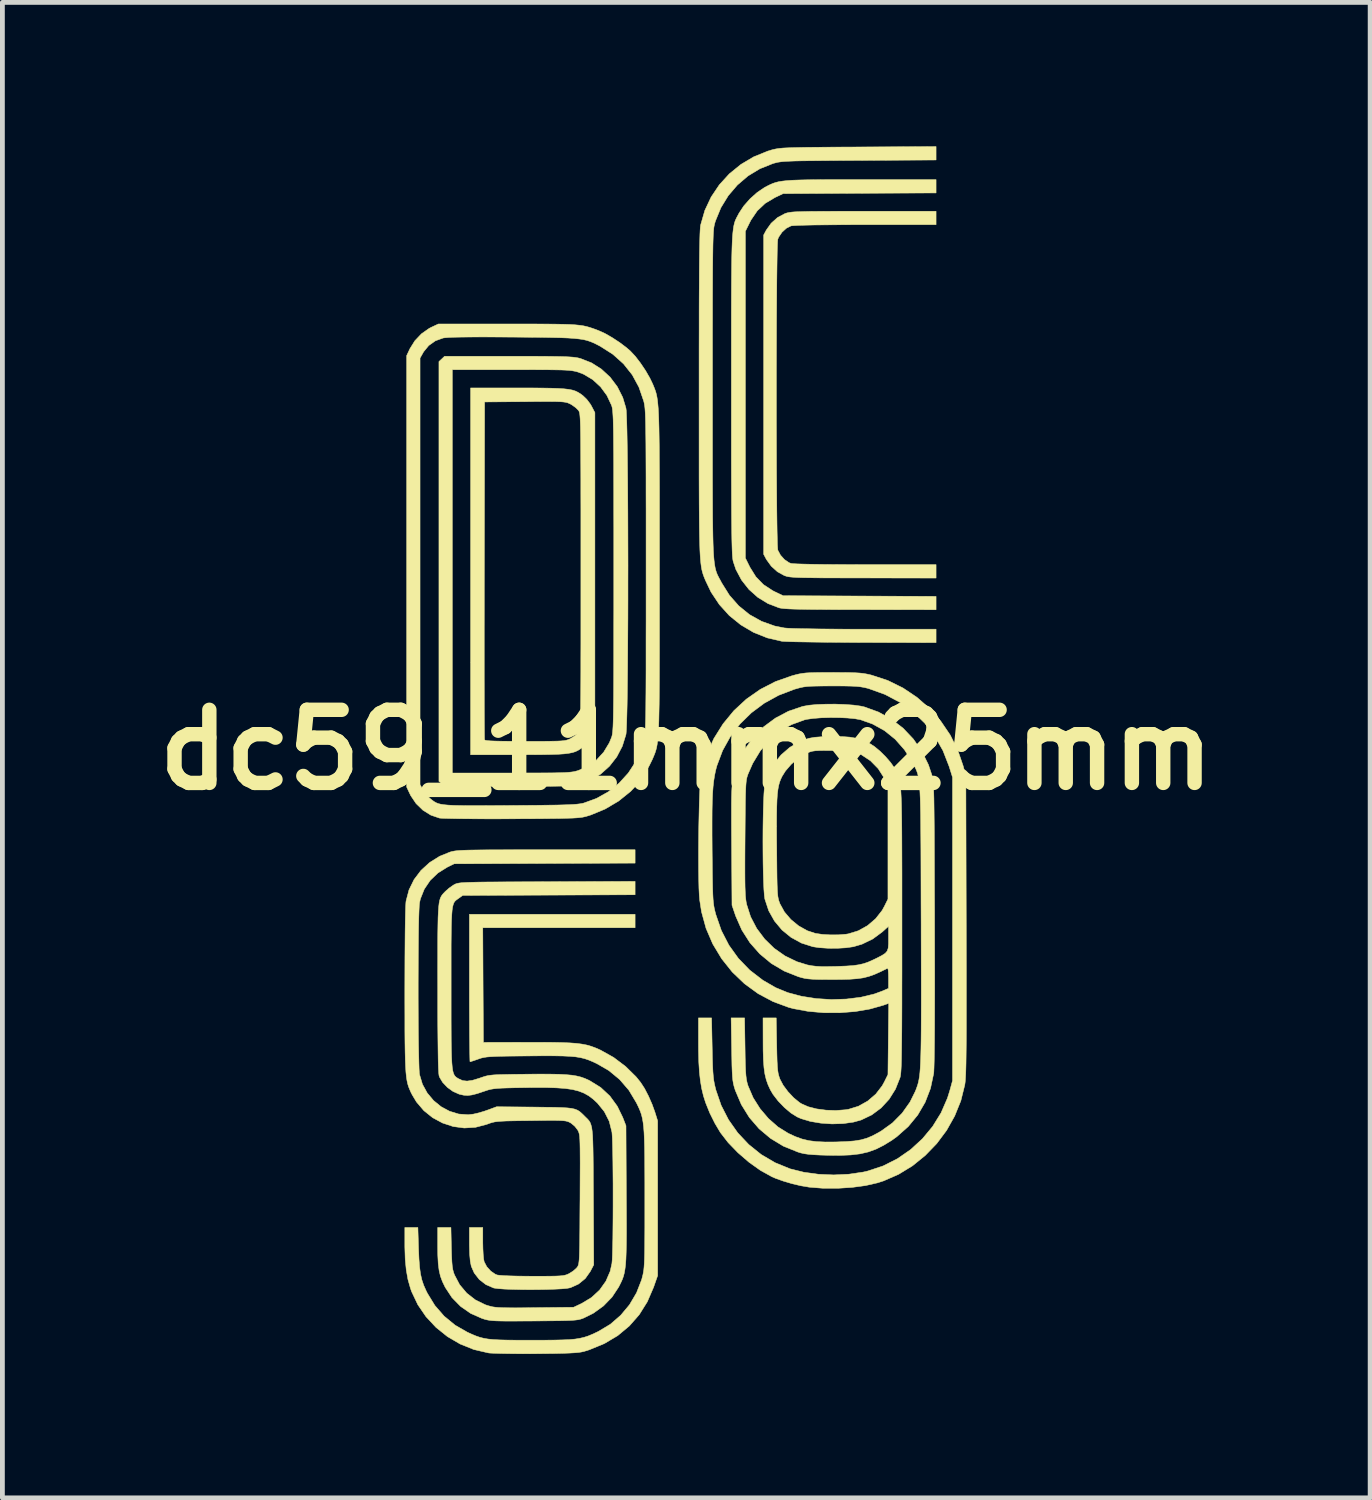
<source format=kicad_pcb>
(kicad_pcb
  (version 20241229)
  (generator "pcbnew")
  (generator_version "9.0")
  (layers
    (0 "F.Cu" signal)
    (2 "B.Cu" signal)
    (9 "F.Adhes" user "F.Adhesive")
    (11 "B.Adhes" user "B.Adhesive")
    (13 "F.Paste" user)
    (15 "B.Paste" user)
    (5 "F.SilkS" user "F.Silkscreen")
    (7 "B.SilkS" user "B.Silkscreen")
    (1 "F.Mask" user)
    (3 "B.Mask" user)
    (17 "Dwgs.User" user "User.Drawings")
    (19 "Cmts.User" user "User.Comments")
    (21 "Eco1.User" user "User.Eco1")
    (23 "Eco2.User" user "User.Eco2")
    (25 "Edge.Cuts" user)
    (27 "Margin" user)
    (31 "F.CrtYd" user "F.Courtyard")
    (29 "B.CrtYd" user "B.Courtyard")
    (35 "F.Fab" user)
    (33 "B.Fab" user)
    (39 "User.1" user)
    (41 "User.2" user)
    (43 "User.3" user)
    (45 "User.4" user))
  (footprint "dc59_11mmx25mm"
    (layer "F.Cu")
    (at 11.256 12.581)
    (property "Reference" "dc59_11mmx25mm" (at 0 0 0) (layer "F.SilkS") (effects (font (size 1.524 1.524) (thickness 0.3))))
    (attr through_hole)
    (fp_poly (pts (xy 5.207 -11.227) (xy 5.207 -10.947) (xy 3.74 -10.947) (xy 3.428 -10.947) (xy 3.142 -10.945) (xy 2.888 -10.943) (xy 2.667 -10.941) (xy 2.483 -10.937) (xy 2.34 -10.933) (xy 2.24 -10.928) (xy 2.187 -10.923) (xy 2.183 -10.922) (xy 2.087 -10.874) (xy 1.996 -10.791) (xy 1.928 -10.691) (xy 1.908 -10.645) (xy 1.904 -10.607) (xy 1.9 -10.521) (xy 1.896 -10.392) (xy 1.893 -10.224) (xy 1.89 -10.02) (xy 1.887 -9.785) (xy 1.885 -9.521) (xy 1.883 -9.232) (xy 1.881 -8.924) (xy 1.88 -8.598) (xy 1.879 -8.26) (xy 1.878 -7.912) (xy 1.878 -7.559) (xy 1.878 -7.204) (xy 1.878 -6.851) (xy 1.879 -6.504) (xy 1.88 -6.167) (xy 1.881 -5.844) (xy 1.883 -5.537) (xy 1.885 -5.252) (xy 1.887 -4.992) (xy 1.89 -4.76) (xy 1.893 -4.56) (xy 1.897 -4.397) (xy 1.9 -4.274) (xy 1.905 -4.194) (xy 1.908 -4.163) (xy 1.963 -4.06) (xy 2.046 -3.967) (xy 2.141 -3.902) (xy 2.183 -3.886) (xy 2.228 -3.881) (xy 2.32 -3.876) (xy 2.457 -3.872) (xy 2.634 -3.868) (xy 2.849 -3.865) (xy 3.099 -3.863) (xy 3.379 -3.862) (xy 3.688 -3.861) (xy 3.74 -3.861) (xy 5.207 -3.861) (xy 5.207 -3.581) (xy 3.689 -3.583) (xy 3.373 -3.583) (xy 3.102 -3.584) (xy 2.875 -3.584) (xy 2.686 -3.586) (xy 2.531 -3.588) (xy 2.406 -3.59) (xy 2.308 -3.593) (xy 2.231 -3.598) (xy 2.173 -3.603) (xy 2.128 -3.609) (xy 2.092 -3.617) (xy 2.062 -3.627) (xy 2.044 -3.633) (xy 1.902 -3.711) (xy 1.773 -3.827) (xy 1.673 -3.965) (xy 1.668 -3.973) (xy 1.613 -4.077) (xy 1.613 -10.732) (xy 1.668 -10.835) (xy 1.77 -10.978) (xy 1.902 -11.096) (xy 2.052 -11.176) (xy 2.082 -11.187) (xy 2.114 -11.196) (xy 2.152 -11.203) (xy 2.201 -11.21) (xy 2.264 -11.215) (xy 2.346 -11.218) (xy 2.451 -11.221) (xy 2.582 -11.224) (xy 2.745 -11.225) (xy 2.944 -11.226) (xy 3.181 -11.227) (xy 3.463 -11.227) (xy 3.697 -11.227) (xy 5.207 -11.227)) (stroke (width 0.01) (type solid)) (fill yes) (layer "F.SilkS"))
    (fp_poly (pts (xy 5.207 -11.609) (xy 3.613 -11.602) (xy 2.019 -11.595) (xy 1.849 -11.514) (xy 1.646 -11.393) (xy 1.48 -11.237) (xy 1.349 -11.045) (xy 1.327 -11.002) (xy 1.232 -10.81) (xy 1.232 -3.998) (xy 1.327 -3.806) (xy 1.451 -3.607) (xy 1.609 -3.444) (xy 1.805 -3.316) (xy 1.849 -3.294) (xy 2.019 -3.213) (xy 5.207 -3.199) (xy 5.207 -2.921) (xy 3.639 -2.923) (xy 3.304 -2.923) (xy 3.017 -2.924) (xy 2.774 -2.926) (xy 2.569 -2.927) (xy 2.401 -2.93) (xy 2.264 -2.933) (xy 2.155 -2.937) (xy 2.071 -2.942) (xy 2.007 -2.948) (xy 1.96 -2.955) (xy 1.933 -2.961) (xy 1.703 -3.049) (xy 1.491 -3.179) (xy 1.305 -3.345) (xy 1.151 -3.541) (xy 1.034 -3.761) (xy 0.979 -3.925) (xy 0.973 -3.952) (xy 0.968 -3.987) (xy 0.963 -4.035) (xy 0.959 -4.096) (xy 0.956 -4.174) (xy 0.953 -4.272) (xy 0.95 -4.391) (xy 0.948 -4.535) (xy 0.946 -4.706) (xy 0.944 -4.908) (xy 0.943 -5.141) (xy 0.942 -5.41) (xy 0.941 -5.716) (xy 0.94 -6.062) (xy 0.94 -6.451) (xy 0.94 -6.886) (xy 0.94 -7.368) (xy 0.94 -7.404) (xy 0.94 -7.894) (xy 0.94 -8.335) (xy 0.94 -8.732) (xy 0.94 -9.085) (xy 0.941 -9.398) (xy 0.942 -9.674) (xy 0.944 -9.916) (xy 0.946 -10.125) (xy 0.949 -10.306) (xy 0.953 -10.46) (xy 0.958 -10.589) (xy 0.964 -10.698) (xy 0.972 -10.788) (xy 0.981 -10.863) (xy 0.991 -10.924) (xy 1.003 -10.975) (xy 1.016 -11.019) (xy 1.032 -11.057) (xy 1.049 -11.093) (xy 1.069 -11.13) (xy 1.09 -11.169) (xy 1.099 -11.187) (xy 1.198 -11.337) (xy 1.33 -11.487) (xy 1.479 -11.62) (xy 1.63 -11.722) (xy 1.64 -11.728) (xy 1.7 -11.759) (xy 1.755 -11.786) (xy 1.809 -11.809) (xy 1.866 -11.828) (xy 1.932 -11.844) (xy 2.008 -11.856) (xy 2.102 -11.866) (xy 2.215 -11.874) (xy 2.352 -11.879) (xy 2.519 -11.883) (xy 2.718 -11.885) (xy 2.954 -11.887) (xy 3.232 -11.887) (xy 3.555 -11.887) (xy 5.207 -11.887) (xy 5.207 -11.609)) (stroke (width 0.01) (type solid)) (fill yes) (layer "F.SilkS"))
    (fp_poly (pts (xy -3.237 -7.544) (xy -3.01 -7.542) (xy -2.824 -7.539) (xy -2.672 -7.534) (xy -2.55 -7.526) (xy -2.453 -7.515) (xy -2.376 -7.5) (xy -2.313 -7.48) (xy -2.259 -7.454) (xy -2.208 -7.423) (xy -2.157 -7.385) (xy -2.155 -7.384) (xy -2.074 -7.306) (xy -1.999 -7.206) (xy -1.976 -7.166) (xy -1.905 -7.03) (xy -1.905 -0.412) (xy -1.976 -0.276) (xy -2.042 -0.176) (xy -2.123 -0.086) (xy -2.155 -0.058) (xy -2.207 -0.02) (xy -2.257 0.011) (xy -2.311 0.037) (xy -2.374 0.057) (xy -2.451 0.072) (xy -2.547 0.084) (xy -2.667 0.092) (xy -2.818 0.097) (xy -3.003 0.1) (xy -3.229 0.101) (xy -3.5 0.102) (xy -3.51 0.102) (xy -4.496 0.102) (xy -4.496 -2.168) (xy -4.212 -2.168) (xy -4.212 -1.822) (xy -4.212 -1.502) (xy -4.211 -1.211) (xy -4.211 -0.95) (xy -4.21 -0.725) (xy -4.209 -0.536) (xy -4.208 -0.387) (xy -4.207 -0.282) (xy -4.206 -0.222) (xy -4.205 -0.21) (xy -4.19 -0.2) (xy -4.15 -0.193) (xy -4.082 -0.187) (xy -3.98 -0.183) (xy -3.841 -0.18) (xy -3.661 -0.179) (xy -3.435 -0.178) (xy -3.359 -0.178) (xy -3.131 -0.178) (xy -2.948 -0.178) (xy -2.804 -0.18) (xy -2.693 -0.182) (xy -2.61 -0.186) (xy -2.548 -0.192) (xy -2.503 -0.2) (xy -2.467 -0.211) (xy -2.435 -0.224) (xy -2.414 -0.235) (xy -2.334 -0.285) (xy -2.267 -0.343) (xy -2.249 -0.364) (xy -2.242 -0.375) (xy -2.235 -0.387) (xy -2.229 -0.404) (xy -2.224 -0.428) (xy -2.219 -0.461) (xy -2.215 -0.507) (xy -2.211 -0.567) (xy -2.208 -0.645) (xy -2.205 -0.743) (xy -2.203 -0.864) (xy -2.202 -1.01) (xy -2.2 -1.184) (xy -2.199 -1.389) (xy -2.198 -1.627) (xy -2.198 -1.901) (xy -2.197 -2.214) (xy -2.197 -2.567) (xy -2.197 -2.965) (xy -2.197 -3.409) (xy -2.197 -3.721) (xy -2.197 -4.197) (xy -2.197 -4.624) (xy -2.197 -5.005) (xy -2.198 -5.344) (xy -2.198 -5.643) (xy -2.199 -5.904) (xy -2.2 -6.13) (xy -2.201 -6.323) (xy -2.202 -6.487) (xy -2.204 -6.624) (xy -2.206 -6.736) (xy -2.209 -6.827) (xy -2.212 -6.898) (xy -2.216 -6.953) (xy -2.22 -6.994) (xy -2.225 -7.024) (xy -2.231 -7.045) (xy -2.237 -7.06) (xy -2.244 -7.071) (xy -2.249 -7.078) (xy -2.305 -7.134) (xy -2.382 -7.189) (xy -2.414 -7.208) (xy -2.446 -7.223) (xy -2.478 -7.236) (xy -2.515 -7.245) (xy -2.563 -7.252) (xy -2.628 -7.257) (xy -2.716 -7.26) (xy -2.833 -7.261) (xy -2.985 -7.261) (xy -3.176 -7.26) (xy -3.365 -7.258) (xy -4.204 -7.252) (xy -4.21 -3.747) (xy -4.211 -3.328) (xy -4.211 -2.924) (xy -4.212 -2.536) (xy -4.212 -2.168) (xy -4.496 -2.168) (xy -4.496 -7.544) (xy -3.51 -7.544) (xy -3.237 -7.544)) (stroke (width 0.01) (type solid)) (fill yes) (layer "F.SilkS"))
    (fp_poly (pts (xy -3.409 -8.204) (xy -3.157 -8.204) (xy -2.948 -8.203) (xy -2.775 -8.201) (xy -2.635 -8.199) (xy -2.523 -8.196) (xy -2.434 -8.191) (xy -2.363 -8.186) (xy -2.307 -8.179) (xy -2.26 -8.171) (xy -2.219 -8.161) (xy -2.204 -8.157) (xy -1.977 -8.068) (xy -1.77 -7.937) (xy -1.588 -7.769) (xy -1.438 -7.57) (xy -1.325 -7.347) (xy -1.258 -7.125) (xy -1.251 -7.07) (xy -1.246 -6.968) (xy -1.241 -6.823) (xy -1.236 -6.639) (xy -1.232 -6.419) (xy -1.228 -6.168) (xy -1.225 -5.888) (xy -1.222 -5.585) (xy -1.22 -5.261) (xy -1.218 -4.921) (xy -1.217 -4.568) (xy -1.216 -4.206) (xy -1.215 -3.839) (xy -1.216 -3.471) (xy -1.216 -3.105) (xy -1.217 -2.746) (xy -1.219 -2.397) (xy -1.221 -2.063) (xy -1.223 -1.746) (xy -1.226 -1.45) (xy -1.229 -1.18) (xy -1.233 -0.94) (xy -1.238 -0.732) (xy -1.243 -0.562) (xy -1.248 -0.432) (xy -1.254 -0.347) (xy -1.258 -0.318) (xy -1.333 -0.076) (xy -1.449 0.146) (xy -1.602 0.342) (xy -1.786 0.507) (xy -1.995 0.635) (xy -2.204 0.715) (xy -2.245 0.725) (xy -2.29 0.734) (xy -2.342 0.742) (xy -2.407 0.747) (xy -2.489 0.752) (xy -2.593 0.756) (xy -2.723 0.758) (xy -2.884 0.76) (xy -3.08 0.761) (xy -3.316 0.762) (xy -3.598 0.762) (xy -3.698 0.762) (xy -3.991 0.762) (xy -4.238 0.762) (xy -4.442 0.761) (xy -4.609 0.76) (xy -4.741 0.758) (xy -4.845 0.756) (xy -4.923 0.752) (xy -4.98 0.747) (xy -5.02 0.741) (xy -5.048 0.733) (xy -5.069 0.724) (xy -5.085 0.713) (xy -5.089 0.709) (xy -5.156 0.657) (xy -5.156 -3.719) (xy -5.156 -7.925) (xy -4.877 -7.925) (xy -4.877 0.483) (xy -3.648 0.483) (xy -3.364 0.482) (xy -3.126 0.482) (xy -2.93 0.481) (xy -2.77 0.48) (xy -2.642 0.477) (xy -2.54 0.474) (xy -2.46 0.469) (xy -2.398 0.463) (xy -2.348 0.456) (xy -2.305 0.446) (xy -2.265 0.435) (xy -2.255 0.432) (xy -2.054 0.344) (xy -1.874 0.214) (xy -1.722 0.048) (xy -1.604 -0.147) (xy -1.558 -0.26) (xy -1.551 -0.281) (xy -1.545 -0.306) (xy -1.54 -0.336) (xy -1.535 -0.376) (xy -1.531 -0.426) (xy -1.527 -0.491) (xy -1.524 -0.573) (xy -1.521 -0.674) (xy -1.519 -0.797) (xy -1.517 -0.945) (xy -1.515 -1.12) (xy -1.514 -1.325) (xy -1.513 -1.563) (xy -1.512 -1.837) (xy -1.512 -2.148) (xy -1.512 -2.5) (xy -1.511 -2.896) (xy -1.511 -3.337) (xy -1.511 -3.721) (xy -1.511 -4.201) (xy -1.511 -4.633) (xy -1.512 -5.019) (xy -1.512 -5.362) (xy -1.513 -5.666) (xy -1.513 -5.931) (xy -1.514 -6.162) (xy -1.516 -6.361) (xy -1.517 -6.53) (xy -1.519 -6.673) (xy -1.522 -6.791) (xy -1.524 -6.888) (xy -1.528 -6.966) (xy -1.532 -7.027) (xy -1.536 -7.076) (xy -1.541 -7.113) (xy -1.546 -7.142) (xy -1.553 -7.166) (xy -1.558 -7.182) (xy -1.654 -7.386) (xy -1.787 -7.567) (xy -1.95 -7.717) (xy -2.137 -7.829) (xy -2.254 -7.874) (xy -2.294 -7.886) (xy -2.336 -7.895) (xy -2.383 -7.903) (xy -2.442 -7.91) (xy -2.516 -7.915) (xy -2.611 -7.919) (xy -2.732 -7.921) (xy -2.882 -7.923) (xy -3.068 -7.924) (xy -3.294 -7.925) (xy -3.564 -7.925) (xy -3.648 -7.925) (xy -4.877 -7.925) (xy -5.156 -7.925) (xy -5.156 -8.094) (xy -5.097 -8.149) (xy -5.039 -8.204) (xy -3.706 -8.204) (xy -3.409 -8.204)) (stroke (width 0.01) (type solid)) (fill yes) (layer "F.SilkS"))
    (fp_poly (pts (xy 5.207 -12.296) (xy 3.6 -12.287) (xy 3.275 -12.286) (xy 2.996 -12.284) (xy 2.76 -12.282) (xy 2.562 -12.28) (xy 2.398 -12.278) (xy 2.265 -12.275) (xy 2.157 -12.271) (xy 2.071 -12.267) (xy 2.003 -12.262) (xy 1.949 -12.255) (xy 1.904 -12.248) (xy 1.865 -12.238) (xy 1.826 -12.228) (xy 1.803 -12.221) (xy 1.533 -12.113) (xy 1.286 -11.963) (xy 1.065 -11.774) (xy 0.876 -11.553) (xy 0.722 -11.302) (xy 0.609 -11.027) (xy 0.592 -10.971) (xy 0.586 -10.945) (xy 0.58 -10.917) (xy 0.574 -10.882) (xy 0.57 -10.839) (xy 0.566 -10.784) (xy 0.562 -10.715) (xy 0.559 -10.63) (xy 0.556 -10.525) (xy 0.554 -10.398) (xy 0.552 -10.247) (xy 0.55 -10.068) (xy 0.549 -9.86) (xy 0.548 -9.619) (xy 0.547 -9.343) (xy 0.547 -9.028) (xy 0.546 -8.674) (xy 0.546 -8.276) (xy 0.546 -7.832) (xy 0.546 -7.404) (xy 0.546 -6.909) (xy 0.546 -6.462) (xy 0.546 -6.061) (xy 0.546 -5.702) (xy 0.547 -5.383) (xy 0.548 -5.102) (xy 0.549 -4.855) (xy 0.552 -4.641) (xy 0.555 -4.455) (xy 0.559 -4.296) (xy 0.564 -4.161) (xy 0.571 -4.047) (xy 0.579 -3.952) (xy 0.589 -3.872) (xy 0.6 -3.806) (xy 0.613 -3.75) (xy 0.628 -3.702) (xy 0.645 -3.658) (xy 0.665 -3.617) (xy 0.686 -3.576) (xy 0.711 -3.532) (xy 0.737 -3.482) (xy 0.74 -3.477) (xy 0.9 -3.221) (xy 1.094 -3.001) (xy 1.318 -2.819) (xy 1.569 -2.679) (xy 1.844 -2.581) (xy 2.045 -2.541) (xy 2.105 -2.536) (xy 2.212 -2.531) (xy 2.36 -2.527) (xy 2.545 -2.524) (xy 2.763 -2.52) (xy 3.008 -2.518) (xy 3.276 -2.516) (xy 3.563 -2.515) (xy 3.715 -2.515) (xy 5.207 -2.515) (xy 5.207 -2.235) (xy 3.677 -2.238) (xy 3.398 -2.239) (xy 3.13 -2.241) (xy 2.879 -2.243) (xy 2.649 -2.246) (xy 2.445 -2.249) (xy 2.272 -2.252) (xy 2.136 -2.256) (xy 2.041 -2.26) (xy 1.995 -2.263) (xy 1.691 -2.333) (xy 1.403 -2.448) (xy 1.137 -2.605) (xy 0.897 -2.799) (xy 0.689 -3.029) (xy 0.516 -3.289) (xy 0.4 -3.532) (xy 0.381 -3.578) (xy 0.364 -3.621) (xy 0.349 -3.664) (xy 0.336 -3.708) (xy 0.324 -3.757) (xy 0.314 -3.813) (xy 0.305 -3.88) (xy 0.297 -3.959) (xy 0.29 -4.054) (xy 0.284 -4.167) (xy 0.28 -4.301) (xy 0.276 -4.459) (xy 0.273 -4.643) (xy 0.271 -4.856) (xy 0.269 -5.101) (xy 0.268 -5.38) (xy 0.267 -5.696) (xy 0.267 -6.053) (xy 0.267 -6.452) (xy 0.267 -6.896) (xy 0.267 -7.389) (xy 0.267 -7.404) (xy 0.267 -7.906) (xy 0.267 -8.36) (xy 0.268 -8.768) (xy 0.268 -9.132) (xy 0.269 -9.455) (xy 0.271 -9.739) (xy 0.272 -9.986) (xy 0.274 -10.199) (xy 0.276 -10.38) (xy 0.279 -10.532) (xy 0.282 -10.657) (xy 0.285 -10.757) (xy 0.289 -10.835) (xy 0.293 -10.893) (xy 0.298 -10.934) (xy 0.301 -10.947) (xy 0.387 -11.245) (xy 0.518 -11.524) (xy 0.689 -11.779) (xy 0.897 -12.007) (xy 1.138 -12.203) (xy 1.406 -12.362) (xy 1.699 -12.481) (xy 1.774 -12.504) (xy 1.815 -12.515) (xy 1.856 -12.524) (xy 1.901 -12.532) (xy 1.954 -12.539) (xy 2.019 -12.545) (xy 2.1 -12.549) (xy 2.203 -12.553) (xy 2.329 -12.556) (xy 2.485 -12.559) (xy 2.674 -12.561) (xy 2.9 -12.563) (xy 3.167 -12.565) (xy 3.479 -12.566) (xy 3.588 -12.567) (xy 5.207 -12.576) (xy 5.207 -12.296)) (stroke (width 0.01) (type solid)) (fill yes) (layer "F.SilkS"))
    (fp_poly (pts (xy -1.067 3.708) (xy -4.242 3.708) (xy -4.236 4.903) (xy -4.229 6.098) (xy -3.297 6.097) (xy -3.018 6.097) (xy -2.783 6.098) (xy -2.587 6.102) (xy -2.424 6.109) (xy -2.289 6.119) (xy -2.175 6.134) (xy -2.076 6.153) (xy -1.988 6.178) (xy -1.902 6.209) (xy -1.815 6.247) (xy -1.786 6.26) (xy -1.514 6.412) (xy -1.264 6.601) (xy -1.045 6.817) (xy -0.951 6.934) (xy -0.87 7.059) (xy -0.788 7.217) (xy -0.713 7.388) (xy -0.656 7.545) (xy -0.597 7.734) (xy -0.597 10.96) (xy -0.681 11.201) (xy -0.812 11.505) (xy -0.981 11.775) (xy -1.187 12.01) (xy -1.43 12.212) (xy -1.708 12.377) (xy -2.021 12.506) (xy -2.133 12.541) (xy -2.183 12.552) (xy -2.246 12.562) (xy -2.328 12.569) (xy -2.435 12.575) (xy -2.573 12.58) (xy -2.746 12.584) (xy -2.962 12.586) (xy -3.124 12.588) (xy -3.335 12.589) (xy -3.536 12.588) (xy -3.72 12.586) (xy -3.879 12.583) (xy -4.007 12.579) (xy -4.095 12.575) (xy -4.127 12.571) (xy -4.429 12.501) (xy -4.714 12.386) (xy -4.979 12.231) (xy -5.217 12.04) (xy -5.425 11.817) (xy -5.596 11.567) (xy -5.726 11.293) (xy -5.75 11.224) (xy -5.802 11.041) (xy -5.837 10.844) (xy -5.859 10.62) (xy -5.867 10.36) (xy -5.867 10.298) (xy -5.867 9.957) (xy -5.595 9.957) (xy -5.581 10.408) (xy -5.572 10.617) (xy -5.559 10.785) (xy -5.54 10.925) (xy -5.513 11.046) (xy -5.475 11.159) (xy -5.424 11.274) (xy -5.397 11.328) (xy -5.241 11.583) (xy -5.047 11.806) (xy -4.818 11.994) (xy -4.56 12.142) (xy -4.559 12.142) (xy -4.467 12.184) (xy -4.385 12.218) (xy -4.307 12.245) (xy -4.225 12.266) (xy -4.134 12.282) (xy -4.026 12.293) (xy -3.896 12.3) (xy -3.736 12.304) (xy -3.54 12.306) (xy -3.302 12.306) (xy -3.226 12.306) (xy -2.969 12.306) (xy -2.756 12.304) (xy -2.581 12.3) (xy -2.437 12.294) (xy -2.318 12.283) (xy -2.218 12.267) (xy -2.129 12.246) (xy -2.045 12.219) (xy -1.961 12.184) (xy -1.868 12.141) (xy -1.829 12.122) (xy -1.584 11.975) (xy -1.368 11.788) (xy -1.184 11.568) (xy -1.037 11.319) (xy -0.931 11.047) (xy -0.914 10.982) (xy -0.903 10.938) (xy -0.894 10.892) (xy -0.886 10.841) (xy -0.88 10.78) (xy -0.875 10.704) (xy -0.871 10.609) (xy -0.868 10.491) (xy -0.866 10.345) (xy -0.865 10.166) (xy -0.864 9.951) (xy -0.864 9.694) (xy -0.864 9.391) (xy -0.864 9.349) (xy -0.864 9.02) (xy -0.865 8.737) (xy -0.866 8.496) (xy -0.869 8.292) (xy -0.874 8.121) (xy -0.88 7.979) (xy -0.889 7.861) (xy -0.901 7.762) (xy -0.916 7.678) (xy -0.934 7.605) (xy -0.957 7.538) (xy -0.984 7.473) (xy -1.016 7.405) (xy -1.041 7.355) (xy -1.196 7.096) (xy -1.388 6.873) (xy -1.615 6.685) (xy -1.866 6.54) (xy -1.956 6.498) (xy -2.039 6.464) (xy -2.122 6.436) (xy -2.21 6.415) (xy -2.309 6.399) (xy -2.426 6.389) (xy -2.568 6.382) (xy -2.739 6.379) (xy -2.947 6.378) (xy -3.197 6.38) (xy -3.288 6.381) (xy -3.526 6.383) (xy -3.719 6.385) (xy -3.872 6.388) (xy -3.993 6.392) (xy -4.087 6.397) (xy -4.159 6.403) (xy -4.215 6.412) (xy -4.263 6.422) (xy -4.306 6.435) (xy -4.336 6.446) (xy -4.419 6.475) (xy -4.48 6.495) (xy -4.508 6.502) (xy -4.51 6.478) (xy -4.512 6.407) (xy -4.514 6.293) (xy -4.516 6.143) (xy -4.518 5.958) (xy -4.519 5.745) (xy -4.52 5.508) (xy -4.521 5.25) (xy -4.521 4.976) (xy -4.521 3.429) (xy -1.067 3.429) (xy -1.067 3.708)) (stroke (width 0.01) (type solid)) (fill yes) (layer "F.SilkS"))
    (fp_poly (pts (xy -1.067 2.222) (xy -1.067 2.361) (xy -2.953 2.368) (xy -4.839 2.375) (xy -4.983 2.446) (xy -5.177 2.567) (xy -5.338 2.721) (xy -5.461 2.903) (xy -5.542 3.105) (xy -5.56 3.186) (xy -5.566 3.244) (xy -5.571 3.347) (xy -5.576 3.49) (xy -5.58 3.667) (xy -5.583 3.874) (xy -5.585 4.104) (xy -5.587 4.352) (xy -5.588 4.614) (xy -5.589 4.882) (xy -5.589 5.153) (xy -5.588 5.42) (xy -5.587 5.678) (xy -5.585 5.922) (xy -5.582 6.146) (xy -5.578 6.344) (xy -5.574 6.512) (xy -5.57 6.644) (xy -5.565 6.735) (xy -5.56 6.771) (xy -5.5 6.971) (xy -5.401 7.152) (xy -5.269 7.31) (xy -5.111 7.439) (xy -4.934 7.534) (xy -4.743 7.592) (xy -4.547 7.606) (xy -4.44 7.594) (xy -4.335 7.57) (xy -4.213 7.534) (xy -4.124 7.503) (xy -3.954 7.44) (xy -3.165 7.447) (xy -2.933 7.45) (xy -2.745 7.452) (xy -2.597 7.457) (xy -2.481 7.464) (xy -2.392 7.474) (xy -2.323 7.49) (xy -2.269 7.511) (xy -2.224 7.539) (xy -2.181 7.576) (xy -2.134 7.621) (xy -2.122 7.634) (xy -2.085 7.67) (xy -2.053 7.702) (xy -2.026 7.734) (xy -2.004 7.77) (xy -1.987 7.815) (xy -1.972 7.871) (xy -1.962 7.945) (xy -1.953 8.039) (xy -1.948 8.159) (xy -1.944 8.307) (xy -1.941 8.49) (xy -1.939 8.71) (xy -1.938 8.972) (xy -1.936 9.28) (xy -1.936 9.311) (xy -1.929 10.735) (xy -2.001 10.873) (xy -2.106 11.021) (xy -2.247 11.136) (xy -2.415 11.212) (xy -2.419 11.213) (xy -2.487 11.226) (xy -2.598 11.236) (xy -2.741 11.243) (xy -2.909 11.249) (xy -3.091 11.252) (xy -3.279 11.253) (xy -3.465 11.251) (xy -3.639 11.247) (xy -3.791 11.241) (xy -3.915 11.232) (xy -3.999 11.221) (xy -4.015 11.218) (xy -4.175 11.149) (xy -4.314 11.042) (xy -4.421 10.904) (xy -4.482 10.765) (xy -4.503 10.66) (xy -4.516 10.514) (xy -4.521 10.322) (xy -4.521 10.295) (xy -4.521 9.957) (xy -4.242 9.957) (xy -4.242 10.271) (xy -4.239 10.4) (xy -4.233 10.52) (xy -4.224 10.615) (xy -4.213 10.671) (xy -4.159 10.774) (xy -4.076 10.866) (xy -3.98 10.932) (xy -3.938 10.948) (xy -3.888 10.954) (xy -3.796 10.961) (xy -3.669 10.966) (xy -3.515 10.97) (xy -3.342 10.972) (xy -3.199 10.973) (xy -3 10.973) (xy -2.845 10.972) (xy -2.727 10.97) (xy -2.639 10.966) (xy -2.575 10.96) (xy -2.527 10.951) (xy -2.488 10.939) (xy -2.453 10.923) (xy -2.439 10.916) (xy -2.36 10.866) (xy -2.293 10.808) (xy -2.275 10.787) (xy -2.263 10.77) (xy -2.254 10.75) (xy -2.245 10.723) (xy -2.239 10.684) (xy -2.233 10.63) (xy -2.229 10.557) (xy -2.226 10.459) (xy -2.223 10.332) (xy -2.221 10.173) (xy -2.219 9.978) (xy -2.218 9.741) (xy -2.216 9.459) (xy -2.215 9.369) (xy -2.214 9.073) (xy -2.213 8.824) (xy -2.212 8.617) (xy -2.213 8.448) (xy -2.214 8.312) (xy -2.216 8.206) (xy -2.219 8.124) (xy -2.223 8.063) (xy -2.229 8.018) (xy -2.237 7.985) (xy -2.246 7.96) (xy -2.257 7.937) (xy -2.263 7.926) (xy -2.322 7.849) (xy -2.399 7.784) (xy -2.414 7.775) (xy -2.444 7.759) (xy -2.475 7.747) (xy -2.514 7.737) (xy -2.565 7.731) (xy -2.637 7.727) (xy -2.734 7.725) (xy -2.864 7.725) (xy -3.032 7.726) (xy -3.243 7.729) (xy -3.455 7.731) (xy -3.623 7.734) (xy -3.754 7.737) (xy -3.855 7.742) (xy -3.933 7.748) (xy -3.994 7.756) (xy -4.046 7.768) (xy -4.095 7.783) (xy -4.149 7.803) (xy -4.166 7.809) (xy -4.395 7.869) (xy -4.628 7.883) (xy -4.859 7.852) (xy -5.081 7.779) (xy -5.287 7.668) (xy -5.471 7.52) (xy -5.625 7.339) (xy -5.714 7.19) (xy -5.743 7.133) (xy -5.767 7.078) (xy -5.789 7.023) (xy -5.807 6.964) (xy -5.822 6.896) (xy -5.834 6.816) (xy -5.844 6.719) (xy -5.851 6.602) (xy -5.857 6.461) (xy -5.861 6.292) (xy -5.864 6.09) (xy -5.866 5.852) (xy -5.866 5.574) (xy -5.867 5.251) (xy -5.867 5.004) (xy -5.866 4.664) (xy -5.865 4.35) (xy -5.863 4.065) (xy -5.861 3.811) (xy -5.858 3.593) (xy -5.854 3.414) (xy -5.85 3.277) (xy -5.845 3.185) (xy -5.841 3.15) (xy -5.78 2.919) (xy -5.675 2.705) (xy -5.53 2.513) (xy -5.35 2.349) (xy -5.141 2.218) (xy -4.931 2.133) (xy -4.899 2.123) (xy -4.864 2.115) (xy -4.825 2.108) (xy -4.775 2.102) (xy -4.713 2.097) (xy -4.634 2.093) (xy -4.534 2.09) (xy -4.411 2.088) (xy -4.259 2.086) (xy -4.075 2.084) (xy -3.856 2.084) (xy -3.597 2.083) (xy -3.296 2.083) (xy -2.948 2.083) (xy -1.067 2.083) (xy -1.067 2.222)) (stroke (width 0.01) (type solid)) (fill yes) (layer "F.SilkS"))
    (fp_poly (pts (xy -3.405 -8.877) (xy -3.136 -8.877) (xy -2.908 -8.876) (xy -2.717 -8.874) (xy -2.558 -8.871) (xy -2.426 -8.867) (xy -2.317 -8.86) (xy -2.227 -8.851) (xy -2.15 -8.84) (xy -2.081 -8.825) (xy -2.017 -8.807) (xy -1.953 -8.786) (xy -1.883 -8.761) (xy -1.824 -8.738) (xy -1.694 -8.679) (xy -1.544 -8.593) (xy -1.39 -8.492) (xy -1.248 -8.385) (xy -1.165 -8.313) (xy -1.063 -8.204) (xy -0.955 -8.063) (xy -0.85 -7.907) (xy -0.76 -7.751) (xy -0.703 -7.633) (xy -0.683 -7.585) (xy -0.665 -7.541) (xy -0.649 -7.498) (xy -0.634 -7.453) (xy -0.621 -7.403) (xy -0.61 -7.347) (xy -0.6 -7.281) (xy -0.592 -7.202) (xy -0.584 -7.108) (xy -0.578 -6.996) (xy -0.573 -6.863) (xy -0.569 -6.707) (xy -0.566 -6.525) (xy -0.563 -6.314) (xy -0.562 -6.072) (xy -0.56 -5.796) (xy -0.559 -5.483) (xy -0.559 -5.13) (xy -0.559 -4.735) (xy -0.559 -4.295) (xy -0.559 -3.807) (xy -0.559 -3.721) (xy -0.559 -3.225) (xy -0.559 -2.778) (xy -0.559 -2.375) (xy -0.559 -2.016) (xy -0.56 -1.696) (xy -0.561 -1.414) (xy -0.563 -1.166) (xy -0.565 -0.95) (xy -0.569 -0.764) (xy -0.572 -0.604) (xy -0.577 -0.467) (xy -0.583 -0.352) (xy -0.59 -0.255) (xy -0.599 -0.174) (xy -0.608 -0.106) (xy -0.619 -0.048) (xy -0.632 0.003) (xy -0.646 0.048) (xy -0.662 0.091) (xy -0.68 0.135) (xy -0.7 0.182) (xy -0.703 0.19) (xy -0.772 0.331) (xy -0.863 0.484) (xy -0.966 0.636) (xy -1.071 0.771) (xy -1.16 0.866) (xy -1.411 1.068) (xy -1.692 1.234) (xy -1.989 1.357) (xy -2.083 1.386) (xy -2.123 1.396) (xy -2.167 1.405) (xy -2.22 1.412) (xy -2.287 1.418) (xy -2.371 1.423) (xy -2.478 1.426) (xy -2.611 1.43) (xy -2.776 1.432) (xy -2.976 1.434) (xy -3.215 1.436) (xy -3.5 1.437) (xy -3.645 1.438) (xy -3.91 1.439) (xy -4.163 1.439) (xy -4.397 1.438) (xy -4.609 1.436) (xy -4.794 1.434) (xy -4.945 1.431) (xy -5.059 1.428) (xy -5.129 1.424) (xy -5.147 1.422) (xy -5.325 1.361) (xy -5.49 1.258) (xy -5.633 1.119) (xy -5.744 0.954) (xy -5.761 0.919) (xy -5.829 0.775) (xy -5.829 -8.166) (xy -5.55 -8.166) (xy -5.55 0.724) (xy -5.486 0.836) (xy -5.427 0.921) (xy -5.355 1.001) (xy -5.331 1.022) (xy -5.292 1.053) (xy -5.256 1.079) (xy -5.218 1.101) (xy -5.174 1.119) (xy -5.12 1.133) (xy -5.051 1.144) (xy -4.964 1.152) (xy -4.853 1.158) (xy -4.714 1.161) (xy -4.543 1.163) (xy -4.337 1.163) (xy -4.089 1.162) (xy -3.797 1.161) (xy -3.67 1.16) (xy -3.364 1.158) (xy -3.105 1.156) (xy -2.888 1.153) (xy -2.708 1.151) (xy -2.561 1.147) (xy -2.443 1.143) (xy -2.349 1.138) (xy -2.275 1.132) (xy -2.217 1.125) (xy -2.17 1.117) (xy -2.136 1.109) (xy -1.87 1.012) (xy -1.623 0.873) (xy -1.401 0.694) (xy -1.209 0.483) (xy -1.051 0.243) (xy -0.933 -0.02) (xy -0.889 -0.167) (xy -0.881 -0.196) (xy -0.875 -0.227) (xy -0.869 -0.261) (xy -0.864 -0.303) (xy -0.859 -0.353) (xy -0.855 -0.416) (xy -0.852 -0.493) (xy -0.849 -0.587) (xy -0.846 -0.702) (xy -0.844 -0.84) (xy -0.843 -1.003) (xy -0.841 -1.195) (xy -0.84 -1.417) (xy -0.839 -1.673) (xy -0.839 -1.966) (xy -0.839 -2.297) (xy -0.838 -2.67) (xy -0.838 -3.088) (xy -0.838 -3.553) (xy -0.838 -3.721) (xy -0.838 -4.203) (xy -0.838 -4.636) (xy -0.838 -5.024) (xy -0.839 -5.369) (xy -0.839 -5.675) (xy -0.84 -5.943) (xy -0.841 -6.176) (xy -0.842 -6.378) (xy -0.844 -6.55) (xy -0.846 -6.696) (xy -0.848 -6.818) (xy -0.851 -6.92) (xy -0.854 -7.002) (xy -0.858 -7.07) (xy -0.862 -7.124) (xy -0.867 -7.168) (xy -0.873 -7.204) (xy -0.879 -7.236) (xy -0.886 -7.265) (xy -0.889 -7.275) (xy -0.987 -7.56) (xy -1.127 -7.818) (xy -1.309 -8.047) (xy -1.531 -8.246) (xy -1.79 -8.411) (xy -1.803 -8.418) (xy -1.874 -8.455) (xy -1.939 -8.486) (xy -2.002 -8.512) (xy -2.069 -8.534) (xy -2.143 -8.552) (xy -2.231 -8.565) (xy -2.336 -8.576) (xy -2.463 -8.585) (xy -2.617 -8.591) (xy -2.803 -8.595) (xy -3.025 -8.599) (xy -3.288 -8.601) (xy -3.597 -8.604) (xy -3.614 -8.604) (xy -3.953 -8.606) (xy -4.244 -8.607) (xy -4.488 -8.606) (xy -4.688 -8.604) (xy -4.845 -8.601) (xy -4.961 -8.596) (xy -5.04 -8.589) (xy -5.069 -8.585) (xy -5.229 -8.527) (xy -5.369 -8.428) (xy -5.477 -8.296) (xy -5.486 -8.279) (xy -5.55 -8.166) (xy -5.829 -8.166) (xy -5.829 -8.217) (xy -5.761 -8.362) (xy -5.659 -8.526) (xy -5.52 -8.673) (xy -5.359 -8.786) (xy -5.314 -8.809) (xy -5.169 -8.877) (xy -3.721 -8.877) (xy -3.405 -8.877)) (stroke (width 0.01) (type solid)) (fill yes) (layer "F.SilkS"))
    (fp_poly (pts (xy -1.067 3.021) (xy -4.661 3.035) (xy -4.744 3.094) (xy -4.775 3.116) (xy -4.801 3.136) (xy -4.824 3.158) (xy -4.843 3.186) (xy -4.858 3.224) (xy -4.871 3.275) (xy -4.881 3.343) (xy -4.888 3.432) (xy -4.894 3.545) (xy -4.898 3.687) (xy -4.9 3.861) (xy -4.902 4.07) (xy -4.902 4.319) (xy -4.902 4.612) (xy -4.902 4.951) (xy -4.902 4.965) (xy -4.902 5.31) (xy -4.902 5.608) (xy -4.901 5.863) (xy -4.9 6.077) (xy -4.897 6.256) (xy -4.893 6.402) (xy -4.887 6.519) (xy -4.879 6.611) (xy -4.869 6.682) (xy -4.856 6.734) (xy -4.84 6.773) (xy -4.821 6.801) (xy -4.799 6.823) (xy -4.772 6.841) (xy -4.745 6.857) (xy -4.662 6.895) (xy -4.569 6.905) (xy -4.457 6.889) (xy -4.315 6.846) (xy -4.295 6.839) (xy -4.24 6.82) (xy -4.19 6.804) (xy -4.14 6.792) (xy -4.083 6.783) (xy -4.012 6.776) (xy -3.92 6.771) (xy -3.8 6.768) (xy -3.648 6.765) (xy -3.454 6.763) (xy -3.317 6.761) (xy -3.055 6.759) (xy -2.837 6.76) (xy -2.657 6.763) (xy -2.509 6.771) (xy -2.387 6.782) (xy -2.285 6.799) (xy -2.196 6.821) (xy -2.114 6.85) (xy -2.034 6.886) (xy -2.007 6.9) (xy -1.783 7.039) (xy -1.593 7.216) (xy -1.438 7.429) (xy -1.325 7.661) (xy -1.257 7.836) (xy -1.25 9.262) (xy -1.248 9.589) (xy -1.247 9.869) (xy -1.247 10.108) (xy -1.249 10.309) (xy -1.253 10.477) (xy -1.258 10.616) (xy -1.266 10.731) (xy -1.278 10.826) (xy -1.292 10.906) (xy -1.31 10.975) (xy -1.332 11.037) (xy -1.359 11.097) (xy -1.39 11.16) (xy -1.41 11.199) (xy -1.548 11.408) (xy -1.726 11.592) (xy -1.937 11.744) (xy -2.136 11.843) (xy -2.174 11.858) (xy -2.213 11.87) (xy -2.257 11.88) (xy -2.313 11.887) (xy -2.387 11.893) (xy -2.484 11.897) (xy -2.609 11.9) (xy -2.769 11.902) (xy -2.969 11.904) (xy -3.175 11.906) (xy -3.413 11.907) (xy -3.607 11.908) (xy -3.761 11.908) (xy -3.883 11.906) (xy -3.977 11.903) (xy -4.051 11.898) (xy -4.109 11.891) (xy -4.158 11.882) (xy -4.204 11.87) (xy -4.252 11.854) (xy -4.257 11.853) (xy -4.493 11.749) (xy -4.703 11.603) (xy -4.883 11.42) (xy -5.027 11.202) (xy -5.027 11.201) (xy -5.083 11.085) (xy -5.125 10.972) (xy -5.153 10.849) (xy -5.171 10.707) (xy -5.18 10.534) (xy -5.182 10.358) (xy -5.182 9.957) (xy -4.906 9.957) (xy -4.897 10.382) (xy -4.892 10.547) (xy -4.886 10.672) (xy -4.878 10.765) (xy -4.866 10.838) (xy -4.849 10.9) (xy -4.831 10.947) (xy -4.724 11.15) (xy -4.577 11.325) (xy -4.397 11.466) (xy -4.191 11.567) (xy -4.137 11.585) (xy -4.087 11.599) (xy -4.037 11.611) (xy -3.981 11.619) (xy -3.912 11.625) (xy -3.824 11.629) (xy -3.711 11.631) (xy -3.567 11.632) (xy -3.384 11.631) (xy -3.159 11.628) (xy -2.349 11.62) (xy -2.178 11.539) (xy -1.976 11.417) (xy -1.807 11.261) (xy -1.676 11.077) (xy -1.586 10.869) (xy -1.55 10.706) (xy -1.544 10.637) (xy -1.539 10.524) (xy -1.535 10.374) (xy -1.531 10.192) (xy -1.529 9.986) (xy -1.527 9.762) (xy -1.526 9.526) (xy -1.526 9.284) (xy -1.526 9.045) (xy -1.528 8.813) (xy -1.53 8.596) (xy -1.533 8.399) (xy -1.537 8.231) (xy -1.541 8.096) (xy -1.547 8.001) (xy -1.55 7.967) (xy -1.606 7.743) (xy -1.708 7.542) (xy -1.852 7.364) (xy -1.942 7.281) (xy -2.033 7.212) (xy -2.131 7.157) (xy -2.241 7.114) (xy -2.37 7.081) (xy -2.523 7.059) (xy -2.705 7.046) (xy -2.923 7.039) (xy -3.183 7.039) (xy -3.361 7.041) (xy -3.563 7.044) (xy -3.723 7.048) (xy -3.846 7.052) (xy -3.941 7.058) (xy -4.015 7.066) (xy -4.076 7.076) (xy -4.131 7.09) (xy -4.188 7.109) (xy -4.216 7.118) (xy -4.359 7.166) (xy -4.469 7.194) (xy -4.558 7.205) (xy -4.64 7.199) (xy -4.728 7.179) (xy -4.738 7.176) (xy -4.862 7.121) (xy -4.98 7.036) (xy -5.078 6.933) (xy -5.143 6.824) (xy -5.154 6.791) (xy -5.16 6.742) (xy -5.166 6.644) (xy -5.171 6.495) (xy -5.174 6.297) (xy -5.177 6.048) (xy -5.18 5.75) (xy -5.181 5.4) (xy -5.181 5.001) (xy -5.181 4.959) (xy -5.182 4.609) (xy -5.181 4.307) (xy -5.181 4.048) (xy -5.18 3.828) (xy -5.177 3.645) (xy -5.174 3.493) (xy -5.168 3.37) (xy -5.161 3.272) (xy -5.152 3.195) (xy -5.14 3.135) (xy -5.125 3.088) (xy -5.107 3.051) (xy -5.086 3.02) (xy -5.061 2.991) (xy -5.032 2.961) (xy -5.022 2.951) (xy -4.944 2.882) (xy -4.857 2.821) (xy -4.839 2.811) (xy -4.819 2.8) (xy -4.798 2.791) (xy -4.772 2.784) (xy -4.738 2.777) (xy -4.691 2.771) (xy -4.63 2.767) (xy -4.548 2.763) (xy -4.444 2.76) (xy -4.314 2.757) (xy -4.153 2.755) (xy -3.958 2.754) (xy -3.726 2.752) (xy -3.452 2.751) (xy -3.134 2.75) (xy -2.902 2.749) (xy -1.067 2.742) (xy -1.067 3.021)) (stroke (width 0.01) (type solid)) (fill yes) (layer "F.SilkS"))
    (fp_poly (pts (xy 3.244 -1.612) (xy 3.398 -1.611) (xy 3.519 -1.607) (xy 3.615 -1.601) (xy 3.696 -1.592) (xy 3.769 -1.579) (xy 3.845 -1.562) (xy 3.87 -1.555) (xy 4.203 -1.445) (xy 4.517 -1.29) (xy 4.808 -1.095) (xy 5.072 -0.863) (xy 5.304 -0.6) (xy 5.502 -0.309) (xy 5.659 0.006) (xy 5.771 0.333) (xy 5.828 0.546) (xy 5.836 3.656) (xy 5.837 4.127) (xy 5.838 4.551) (xy 5.838 4.929) (xy 5.838 5.265) (xy 5.838 5.561) (xy 5.838 5.82) (xy 5.837 6.045) (xy 5.835 6.238) (xy 5.833 6.403) (xy 5.831 6.541) (xy 5.828 6.656) (xy 5.825 6.751) (xy 5.821 6.828) (xy 5.817 6.89) (xy 5.812 6.94) (xy 5.806 6.98) (xy 5.805 6.987) (xy 5.723 7.317) (xy 5.595 7.633) (xy 5.427 7.932) (xy 5.221 8.208) (xy 4.982 8.455) (xy 4.716 8.671) (xy 4.425 8.849) (xy 4.114 8.985) (xy 3.987 9.026) (xy 3.738 9.083) (xy 3.457 9.121) (xy 3.159 9.14) (xy 2.858 9.14) (xy 2.57 9.117) (xy 2.553 9.115) (xy 2.389 9.087) (xy 2.206 9.044) (xy 2.024 8.99) (xy 1.861 8.932) (xy 1.785 8.899) (xy 1.545 8.766) (xy 1.305 8.595) (xy 1.077 8.398) (xy 0.873 8.187) (xy 0.712 7.979) (xy 0.597 7.786) (xy 0.49 7.571) (xy 0.403 7.355) (xy 0.358 7.213) (xy 0.321 7.06) (xy 0.294 6.898) (xy 0.274 6.719) (xy 0.261 6.514) (xy 0.255 6.274) (xy 0.254 6.09) (xy 0.254 5.588) (xy 0.527 5.588) (xy 0.54 6.217) (xy 0.544 6.418) (xy 0.549 6.578) (xy 0.555 6.704) (xy 0.563 6.804) (xy 0.573 6.889) (xy 0.587 6.966) (xy 0.605 7.043) (xy 0.616 7.088) (xy 0.727 7.411) (xy 0.88 7.71) (xy 1.073 7.984) (xy 1.302 8.227) (xy 1.562 8.436) (xy 1.851 8.606) (xy 2.164 8.734) (xy 2.172 8.736) (xy 2.449 8.805) (xy 2.755 8.847) (xy 3.073 8.861) (xy 3.389 8.846) (xy 3.687 8.802) (xy 3.786 8.779) (xy 4.105 8.673) (xy 4.404 8.522) (xy 4.678 8.332) (xy 4.923 8.107) (xy 5.136 7.85) (xy 5.311 7.567) (xy 5.444 7.261) (xy 5.492 7.108) (xy 5.55 6.896) (xy 5.55 0.572) (xy 5.48 0.348) (xy 5.351 0.017) (xy 5.18 -0.284) (xy 4.972 -0.555) (xy 4.728 -0.792) (xy 4.45 -0.992) (xy 4.142 -1.155) (xy 3.806 -1.276) (xy 3.77 -1.286) (xy 3.702 -1.302) (xy 3.63 -1.314) (xy 3.546 -1.323) (xy 3.44 -1.328) (xy 3.305 -1.331) (xy 3.131 -1.332) (xy 3.035 -1.332) (xy 2.851 -1.331) (xy 2.708 -1.329) (xy 2.598 -1.326) (xy 2.511 -1.32) (xy 2.439 -1.31) (xy 2.373 -1.296) (xy 2.304 -1.277) (xy 2.248 -1.261) (xy 1.925 -1.137) (xy 1.627 -0.973) (xy 1.357 -0.772) (xy 1.12 -0.539) (xy 0.919 -0.276) (xy 0.758 0.013) (xy 0.641 0.323) (xy 0.635 0.342) (xy 0.61 0.437) (xy 0.59 0.536) (xy 0.573 0.644) (xy 0.559 0.766) (xy 0.549 0.908) (xy 0.542 1.074) (xy 0.538 1.271) (xy 0.537 1.502) (xy 0.537 1.774) (xy 0.539 2.091) (xy 0.539 2.097) (xy 0.542 2.361) (xy 0.544 2.58) (xy 0.547 2.759) (xy 0.55 2.904) (xy 0.554 3.02) (xy 0.559 3.113) (xy 0.566 3.188) (xy 0.574 3.25) (xy 0.584 3.306) (xy 0.597 3.361) (xy 0.612 3.42) (xy 0.616 3.434) (xy 0.731 3.766) (xy 0.888 4.071) (xy 1.086 4.347) (xy 1.323 4.592) (xy 1.597 4.803) (xy 1.863 4.957) (xy 2.116 5.061) (xy 2.402 5.137) (xy 2.708 5.185) (xy 3.023 5.205) (xy 3.338 5.195) (xy 3.641 5.157) (xy 3.921 5.089) (xy 4.092 5.026) (xy 4.216 4.972) (xy 4.216 4.757) (xy 4.214 4.661) (xy 4.209 4.59) (xy 4.201 4.554) (xy 4.197 4.552) (xy 4.049 4.625) (xy 3.922 4.682) (xy 3.805 4.723) (xy 3.687 4.753) (xy 3.558 4.771) (xy 3.409 4.782) (xy 3.227 4.787) (xy 3.048 4.788) (xy 2.868 4.787) (xy 2.729 4.786) (xy 2.622 4.781) (xy 2.538 4.774) (xy 2.469 4.764) (xy 2.403 4.748) (xy 2.337 4.729) (xy 2.041 4.611) (xy 1.772 4.452) (xy 1.533 4.254) (xy 1.327 4.021) (xy 1.158 3.756) (xy 1.029 3.463) (xy 1.022 3.442) (xy 0.953 3.239) (xy 0.945 2.002) (xy 0.943 1.717) (xy 0.942 1.479) (xy 0.942 1.281) (xy 0.942 1.119) (xy 0.944 0.988) (xy 0.947 0.883) (xy 0.951 0.798) (xy 0.957 0.729) (xy 0.964 0.671) (xy 0.973 0.619) (xy 0.984 0.568) (xy 0.989 0.546) (xy 1.084 0.252) (xy 1.223 -0.019) (xy 1.401 -0.265) (xy 1.614 -0.481) (xy 1.859 -0.662) (xy 2.13 -0.805) (xy 2.424 -0.905) (xy 2.433 -0.907) (xy 2.56 -0.93) (xy 2.723 -0.945) (xy 2.911 -0.952) (xy 3.109 -0.953) (xy 3.304 -0.946) (xy 3.484 -0.933) (xy 3.635 -0.912) (xy 3.712 -0.895) (xy 4.007 -0.788) (xy 4.278 -0.638) (xy 4.521 -0.45) (xy 4.733 -0.226) (xy 4.91 0.029) (xy 5.048 0.311) (xy 5.113 0.505) (xy 5.122 0.535) (xy 5.129 0.565) (xy 5.136 0.597) (xy 5.142 0.636) (xy 5.147 0.683) (xy 5.152 0.741) (xy 5.155 0.813) (xy 5.159 0.903) (xy 5.162 1.013) (xy 5.164 1.146) (xy 5.166 1.305) (xy 5.168 1.493) (xy 5.17 1.713) (xy 5.171 1.968) (xy 5.172 2.26) (xy 5.173 2.593) (xy 5.174 2.97) (xy 5.176 3.393) (xy 5.176 3.619) (xy 5.177 4.152) (xy 5.178 4.635) (xy 5.178 5.067) (xy 5.177 5.449) (xy 5.176 5.782) (xy 5.174 6.066) (xy 5.171 6.301) (xy 5.168 6.487) (xy 5.164 6.626) (xy 5.16 6.717) (xy 5.157 6.747) (xy 5.091 7.057) (xy 4.98 7.346) (xy 4.825 7.612) (xy 4.628 7.852) (xy 4.391 8.062) (xy 4.283 8.14) (xy 4.115 8.243) (xy 3.956 8.323) (xy 3.794 8.382) (xy 3.622 8.422) (xy 3.427 8.445) (xy 3.202 8.454) (xy 2.964 8.452) (xy 2.788 8.447) (xy 2.652 8.44) (xy 2.546 8.431) (xy 2.461 8.419) (xy 2.385 8.402) (xy 2.324 8.383) (xy 2.025 8.262) (xy 1.756 8.099) (xy 1.518 7.899) (xy 1.314 7.663) (xy 1.148 7.395) (xy 1.021 7.097) (xy 1.014 7.074) (xy 0.996 7.015) (xy 0.982 6.957) (xy 0.971 6.893) (xy 0.963 6.814) (xy 0.957 6.714) (xy 0.952 6.584) (xy 0.949 6.418) (xy 0.946 6.242) (xy 0.935 5.588) (xy 1.215 5.588) (xy 1.225 6.217) (xy 1.228 6.417) (xy 1.232 6.574) (xy 1.237 6.696) (xy 1.244 6.79) (xy 1.253 6.864) (xy 1.265 6.925) (xy 1.28 6.981) (xy 1.29 7.01) (xy 1.394 7.252) (xy 1.538 7.48) (xy 1.713 7.686) (xy 1.912 7.861) (xy 2.128 7.995) (xy 2.128 7.995) (xy 2.275 8.063) (xy 2.414 8.113) (xy 2.557 8.147) (xy 2.714 8.167) (xy 2.898 8.175) (xy 3.12 8.174) (xy 3.145 8.173) (xy 3.346 8.165) (xy 3.508 8.152) (xy 3.642 8.13) (xy 3.761 8.096) (xy 3.877 8.048) (xy 4.001 7.982) (xy 4.066 7.944) (xy 4.298 7.777) (xy 4.499 7.574) (xy 4.663 7.343) (xy 4.771 7.126) (xy 4.791 7.077) (xy 4.808 7.03) (xy 4.824 6.983) (xy 4.838 6.932) (xy 4.85 6.875) (xy 4.861 6.808) (xy 4.87 6.729) (xy 4.877 6.636) (xy 4.883 6.524) (xy 4.888 6.391) (xy 4.892 6.235) (xy 4.895 6.052) (xy 4.897 5.839) (xy 4.898 5.593) (xy 4.899 5.313) (xy 4.899 4.993) (xy 4.898 4.633) (xy 4.897 4.228) (xy 4.896 3.777) (xy 4.896 3.642) (xy 4.894 3.185) (xy 4.893 2.777) (xy 4.892 2.413) (xy 4.891 2.091) (xy 4.889 1.809) (xy 4.887 1.562) (xy 4.885 1.349) (xy 4.881 1.166) (xy 4.877 1.011) (xy 4.871 0.879) (xy 4.864 0.77) (xy 4.856 0.679) (xy 4.846 0.603) (xy 4.834 0.541) (xy 4.82 0.488) (xy 4.804 0.442) (xy 4.786 0.4) (xy 4.766 0.359) (xy 4.743 0.316) (xy 4.717 0.268) (xy 4.71 0.254) (xy 4.549 -0.001) (xy 4.356 -0.22) (xy 4.132 -0.401) (xy 3.882 -0.539) (xy 3.632 -0.628) (xy 3.515 -0.649) (xy 3.361 -0.664) (xy 3.183 -0.672) (xy 2.996 -0.673) (xy 2.813 -0.668) (xy 2.647 -0.655) (xy 2.511 -0.636) (xy 2.464 -0.625) (xy 2.194 -0.526) (xy 1.948 -0.383) (xy 1.73 -0.2) (xy 1.542 0.023) (xy 1.385 0.282) (xy 1.289 0.501) (xy 1.276 0.537) (xy 1.265 0.573) (xy 1.256 0.615) (xy 1.249 0.666) (xy 1.243 0.733) (xy 1.239 0.819) (xy 1.235 0.93) (xy 1.232 1.07) (xy 1.23 1.245) (xy 1.228 1.459) (xy 1.226 1.716) (xy 1.225 1.84) (xy 1.223 2.125) (xy 1.222 2.364) (xy 1.222 2.562) (xy 1.223 2.724) (xy 1.225 2.855) (xy 1.229 2.96) (xy 1.233 3.044) (xy 1.24 3.112) (xy 1.248 3.169) (xy 1.258 3.219) (xy 1.258 3.221) (xy 1.341 3.48) (xy 1.468 3.723) (xy 1.634 3.944) (xy 1.832 4.137) (xy 2.058 4.296) (xy 2.305 4.416) (xy 2.526 4.484) (xy 2.616 4.501) (xy 2.709 4.512) (xy 2.816 4.518) (xy 2.949 4.518) (xy 3.12 4.515) (xy 3.145 4.514) (xy 3.331 4.507) (xy 3.478 4.497) (xy 3.597 4.48) (xy 3.701 4.456) (xy 3.8 4.421) (xy 3.907 4.373) (xy 3.971 4.342) (xy 4.077 4.287) (xy 4.147 4.242) (xy 4.188 4.195) (xy 4.209 4.133) (xy 4.216 4.044) (xy 4.216 3.931) (xy 4.216 3.678) (xy 4.084 3.797) (xy 3.886 3.943) (xy 3.663 4.051) (xy 3.483 4.104) (xy 3.329 4.126) (xy 3.146 4.137) (xy 2.954 4.136) (xy 2.774 4.124) (xy 2.639 4.104) (xy 2.401 4.028) (xy 2.185 3.91) (xy 1.995 3.755) (xy 1.838 3.567) (xy 1.718 3.353) (xy 1.64 3.117) (xy 1.637 3.105) (xy 1.627 3.028) (xy 1.618 2.907) (xy 1.611 2.749) (xy 1.605 2.563) (xy 1.601 2.356) (xy 1.599 2.134) (xy 1.598 1.905) (xy 1.599 1.676) (xy 1.6 1.59) (xy 1.882 1.59) (xy 1.883 1.85) (xy 1.885 2.033) (xy 1.887 2.288) (xy 1.889 2.499) (xy 1.891 2.669) (xy 1.894 2.804) (xy 1.898 2.91) (xy 1.903 2.991) (xy 1.909 3.053) (xy 1.918 3.102) (xy 1.928 3.142) (xy 1.941 3.178) (xy 1.952 3.208) (xy 2.046 3.379) (xy 2.18 3.536) (xy 2.343 3.67) (xy 2.524 3.771) (xy 2.692 3.826) (xy 2.834 3.847) (xy 3.003 3.857) (xy 3.176 3.856) (xy 3.332 3.843) (xy 3.381 3.835) (xy 3.587 3.771) (xy 3.779 3.664) (xy 3.947 3.52) (xy 4.083 3.347) (xy 4.131 3.259) (xy 4.204 3.111) (xy 4.204 0.748) (xy 4.123 0.583) (xy 4 0.391) (xy 3.84 0.228) (xy 3.65 0.102) (xy 3.633 0.094) (xy 3.468 0.013) (xy 3.048 0.013) (xy 2.893 0.013) (xy 2.778 0.015) (xy 2.694 0.019) (xy 2.631 0.028) (xy 2.58 0.042) (xy 2.529 0.062) (xy 2.477 0.087) (xy 2.328 0.179) (xy 2.187 0.302) (xy 2.067 0.441) (xy 1.998 0.551) (xy 1.969 0.612) (xy 1.945 0.674) (xy 1.926 0.744) (xy 1.911 0.825) (xy 1.899 0.923) (xy 1.891 1.044) (xy 1.886 1.192) (xy 1.883 1.372) (xy 1.882 1.59) (xy 1.6 1.59) (xy 1.602 1.456) (xy 1.606 1.25) (xy 1.612 1.067) (xy 1.619 0.913) (xy 1.628 0.797) (xy 1.638 0.73) (xy 1.71 0.503) (xy 1.825 0.293) (xy 1.976 0.106) (xy 2.157 -0.051) (xy 2.361 -0.171) (xy 2.553 -0.24) (xy 2.678 -0.262) (xy 2.849 -0.275) (xy 3.061 -0.279) (xy 3.253 -0.276) (xy 3.407 -0.265) (xy 3.536 -0.243) (xy 3.654 -0.208) (xy 3.773 -0.158) (xy 3.823 -0.133) (xy 3.925 -0.067) (xy 4.04 0.029) (xy 4.156 0.144) (xy 4.259 0.263) (xy 4.337 0.374) (xy 4.349 0.396) (xy 4.371 0.436) (xy 4.391 0.473) (xy 4.408 0.51) (xy 4.423 0.548) (xy 4.437 0.592) (xy 4.448 0.644) (xy 4.459 0.708) (xy 4.467 0.784) (xy 4.474 0.878) (xy 4.48 0.991) (xy 4.485 1.127) (xy 4.488 1.288) (xy 4.491 1.477) (xy 4.493 1.697) (xy 4.494 1.951) (xy 4.495 2.242) (xy 4.496 2.573) (xy 4.496 2.946) (xy 4.496 3.365) (xy 4.496 3.76) (xy 4.496 4.213) (xy 4.496 4.619) (xy 4.495 4.979) (xy 4.495 5.297) (xy 4.494 5.575) (xy 4.493 5.816) (xy 4.491 6.024) (xy 4.489 6.2) (xy 4.487 6.348) (xy 4.485 6.47) (xy 4.482 6.57) (xy 4.478 6.65) (xy 4.474 6.712) (xy 4.469 6.76) (xy 4.464 6.797) (xy 4.458 6.825) (xy 4.455 6.834) (xy 4.361 7.072) (xy 4.228 7.284) (xy 4.061 7.465) (xy 3.866 7.61) (xy 3.647 7.715) (xy 3.487 7.76) (xy 3.27 7.791) (xy 3.038 7.798) (xy 2.806 7.782) (xy 2.585 7.745) (xy 2.392 7.687) (xy 2.312 7.652) (xy 2.181 7.57) (xy 2.045 7.455) (xy 1.916 7.321) (xy 1.808 7.181) (xy 1.754 7.089) (xy 1.705 6.983) (xy 1.667 6.876) (xy 1.639 6.76) (xy 1.62 6.626) (xy 1.608 6.466) (xy 1.602 6.271) (xy 1.601 6.09) (xy 1.6 5.588) (xy 1.875 5.588) (xy 1.885 6.153) (xy 1.889 6.341) (xy 1.893 6.486) (xy 1.899 6.596) (xy 1.906 6.679) (xy 1.916 6.744) (xy 1.93 6.798) (xy 1.947 6.85) (xy 1.953 6.865) (xy 2.02 6.992) (xy 2.12 7.126) (xy 2.237 7.251) (xy 2.36 7.352) (xy 2.402 7.378) (xy 2.542 7.44) (xy 2.718 7.485) (xy 2.914 7.511) (xy 3.118 7.518) (xy 3.316 7.503) (xy 3.381 7.493) (xy 3.589 7.429) (xy 3.782 7.321) (xy 3.95 7.177) (xy 4.084 7.003) (xy 4.129 6.921) (xy 4.204 6.769) (xy 4.212 6.027) (xy 4.22 5.284) (xy 4.11 5.323) (xy 3.832 5.402) (xy 3.523 5.455) (xy 3.196 5.481) (xy 2.864 5.48) (xy 2.539 5.451) (xy 2.235 5.395) (xy 2.136 5.369) (xy 1.809 5.248) (xy 1.499 5.083) (xy 1.214 4.876) (xy 0.958 4.631) (xy 0.738 4.355) (xy 0.551 4.045) (xy 0.412 3.721) (xy 0.318 3.378) (xy 0.279 3.128) (xy 0.271 3.028) (xy 0.264 2.889) (xy 0.26 2.716) (xy 0.257 2.517) (xy 0.256 2.297) (xy 0.256 2.065) (xy 0.258 1.825) (xy 0.261 1.585) (xy 0.266 1.352) (xy 0.271 1.131) (xy 0.278 0.929) (xy 0.286 0.754) (xy 0.295 0.611) (xy 0.304 0.507) (xy 0.313 0.457) (xy 0.423 0.098) (xy 0.575 -0.236) (xy 0.766 -0.541) (xy 0.992 -0.816) (xy 1.251 -1.056) (xy 1.541 -1.259) (xy 1.857 -1.422) (xy 2.197 -1.542) (xy 2.28 -1.565) (xy 2.352 -1.582) (xy 2.422 -1.594) (xy 2.498 -1.603) (xy 2.59 -1.608) (xy 2.706 -1.611) (xy 2.855 -1.613) (xy 3.045 -1.613) (xy 3.048 -1.613) (xy 3.244 -1.612)) (stroke (width 0.01) (type solid)) (fill yes) (layer "F.SilkS")))
  (gr_rect
    (start -3 -3)
    (end 25.512 28.174)
    (stroke (width 0.1) (type default))
    (fill no)
    (layer "Edge.Cuts")))
</source>
